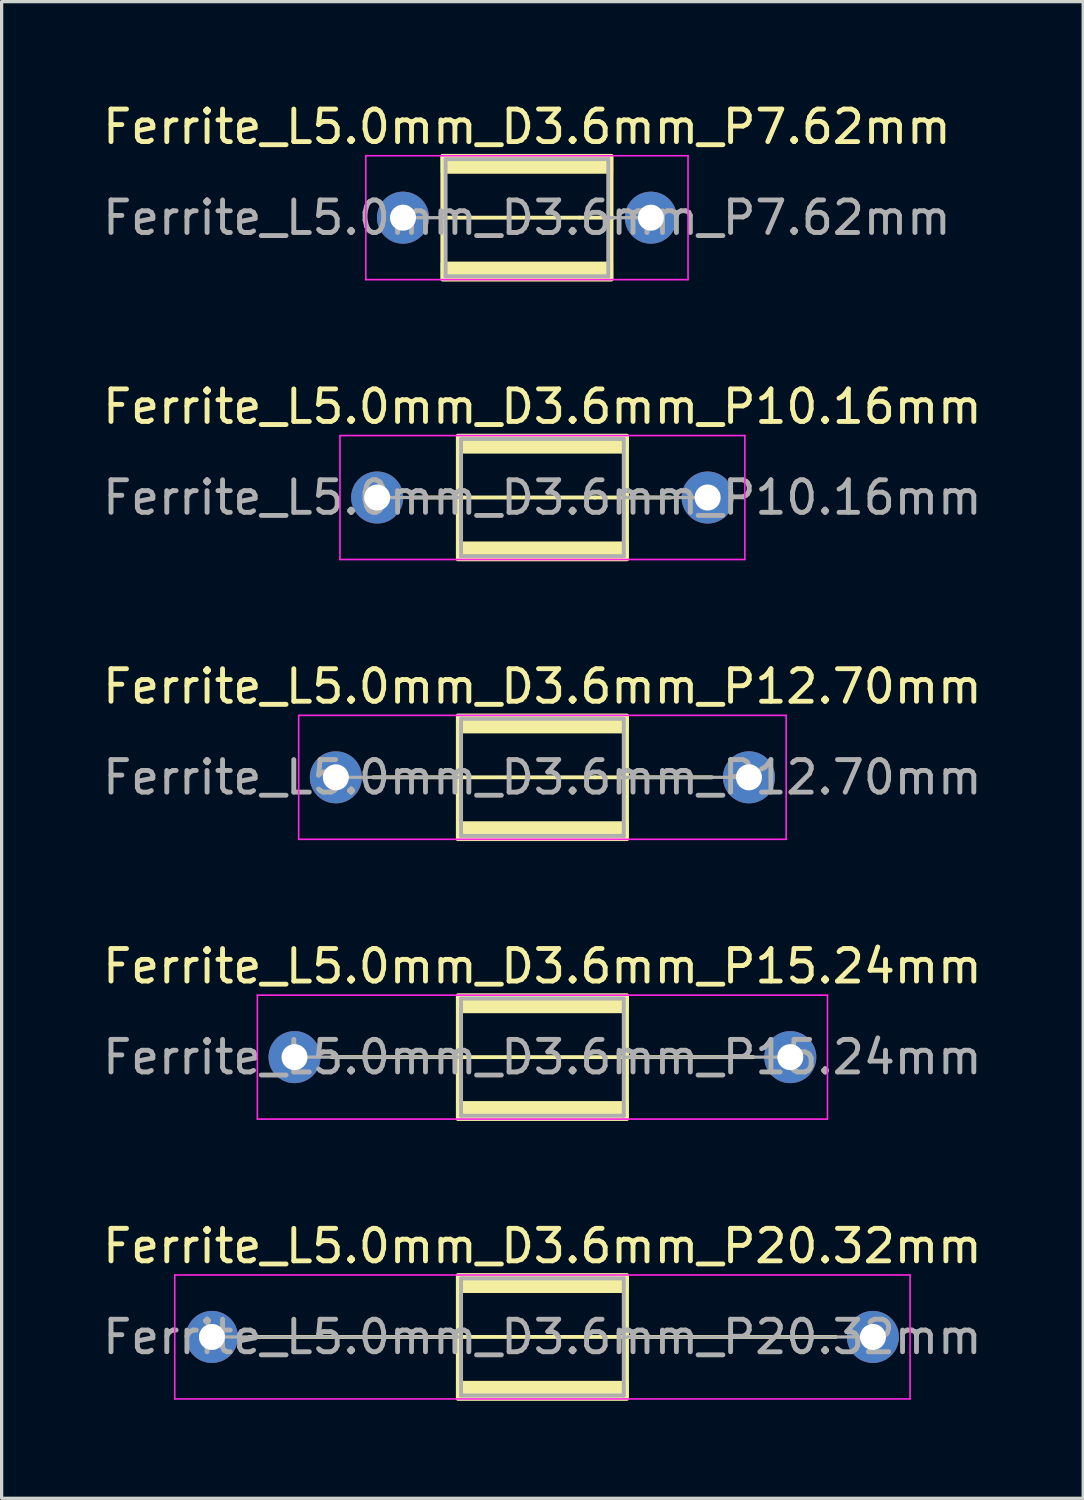
<source format=kicad_pcb>
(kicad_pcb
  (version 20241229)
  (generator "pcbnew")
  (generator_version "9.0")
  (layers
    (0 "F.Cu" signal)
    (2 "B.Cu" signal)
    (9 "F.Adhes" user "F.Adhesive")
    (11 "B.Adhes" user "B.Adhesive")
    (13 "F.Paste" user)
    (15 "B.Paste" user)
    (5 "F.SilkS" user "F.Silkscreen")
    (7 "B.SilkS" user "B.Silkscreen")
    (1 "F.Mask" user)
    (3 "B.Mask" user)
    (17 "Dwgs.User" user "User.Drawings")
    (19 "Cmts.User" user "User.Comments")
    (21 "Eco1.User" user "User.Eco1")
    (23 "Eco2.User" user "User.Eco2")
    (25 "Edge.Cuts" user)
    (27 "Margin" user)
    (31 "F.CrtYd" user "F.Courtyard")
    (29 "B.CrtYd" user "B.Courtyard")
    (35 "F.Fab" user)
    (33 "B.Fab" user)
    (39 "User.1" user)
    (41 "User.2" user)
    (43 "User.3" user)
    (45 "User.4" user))
  (footprint "Ferrite_L5.0mm_D3.6mm_P12.70mm"
    (layer "F.Cu")
    (at 7.275 20.847)
    (property "Reference" "Ferrite_L5.0mm_D3.6mm_P12.70mm" (at 6.35 -2.794 0) (layer "F.SilkS") (effects (font (size 1 1) (thickness 0.15))))
    (fp_line (start 7.964 0.000002) (end 1.143 0) (stroke (width 0.12) (type solid)) (layer "F.SilkS"))
    (fp_line (start 7.964 0.000002) (end 11.557 0) (stroke (width 0.12) (type solid)) (layer "F.SilkS"))
    (fp_rect (start 3.75 -1.9) (end 8.95 1.9) (stroke (width 0.12) (type solid)) (fill no) (layer "F.SilkS"))
    (fp_poly (pts (xy 8.95 -1.4) (xy 3.75 -1.4) (xy 3.75 -1.9) (xy 8.95 -1.9)) (stroke (width 0.1) (type solid)) (fill yes) (layer "F.SilkS"))
    (fp_poly (pts (xy 8.95 1.9) (xy 3.75 1.9) (xy 3.75 1.4) (xy 8.95 1.4)) (stroke (width 0.1) (type solid)) (fill yes) (layer "F.SilkS"))
    (fp_line (start -1.143 -1.905) (end 13.843 -1.905) (stroke (width 0.05) (type solid)) (layer "F.CrtYd"))
    (fp_line (start -1.143 1.905) (end -1.143 -1.905) (stroke (width 0.05) (type solid)) (layer "F.CrtYd"))
    (fp_line (start 13.843 -1.905) (end 13.843 1.905) (stroke (width 0.05) (type solid)) (layer "F.CrtYd"))
    (fp_line (start 13.843 1.905) (end -1.143 1.905) (stroke (width 0.05) (type solid)) (layer "F.CrtYd"))
    (fp_line (start 0 0) (end 3.85 0) (stroke (width 0.1) (type solid)) (layer "F.Fab"))
    (fp_line (start 3.85 -1.8) (end 8.85 -1.8) (stroke (width 0.12) (type solid)) (layer "F.Fab"))
    (fp_line (start 3.85 0) (end 3.85 -1.8) (stroke (width 0.12) (type solid)) (layer "F.Fab"))
    (fp_line (start 3.85 1.8) (end 3.85 0) (stroke (width 0.12) (type solid)) (layer "F.Fab"))
    (fp_line (start 8.85 -1.8) (end 8.85 1.8) (stroke (width 0.12) (type solid)) (layer "F.Fab"))
    (fp_line (start 8.85 1.8) (end 3.85 1.8) (stroke (width 0.12) (type solid)) (layer "F.Fab"))
    (fp_line (start 12.7 0) (end 8.85 0) (stroke (width 0.1) (type solid)) (layer "F.Fab"))
    (fp_text user "${REFERENCE}" (at 6.35 0 0) (layer "F.Fab") (effects (font (size 1 1) (thickness 0.15))))
    (pad "1" thru_hole circle (at 0 0) (size 1.6 1.6) (drill 0.8) (layers "*.Cu" "*.Mask"))
    (pad "2" thru_hole circle (at 12.7 0) (size 1.6 1.6) (drill 0.8) (layers "*.Cu" "*.Mask")))
  (footprint "Ferrite_L5.0mm_D3.6mm_P10.16mm"
    (layer "F.Cu")
    (at 8.545 12.245)
    (property "Reference" "Ferrite_L5.0mm_D3.6mm_P10.16mm" (at 5.08 -2.794 0) (layer "F.SilkS") (effects (font (size 1 1) (thickness 0.15))))
    (fp_line (start 6.694 0.000002) (end 1.143 0) (stroke (width 0.12) (type solid)) (layer "F.SilkS"))
    (fp_line (start 6.694 0.000002) (end 9.017 0) (stroke (width 0.12) (type solid)) (layer "F.SilkS"))
    (fp_rect (start 2.48 -1.9) (end 7.68 1.9) (stroke (width 0.12) (type solid)) (fill no) (layer "F.SilkS"))
    (fp_poly (pts (xy 7.68 -1.4) (xy 2.48 -1.4) (xy 2.48 -1.9) (xy 7.68 -1.9)) (stroke (width 0.1) (type solid)) (fill yes) (layer "F.SilkS"))
    (fp_poly (pts (xy 7.68 1.9) (xy 2.48 1.9) (xy 2.48 1.4) (xy 7.68 1.4)) (stroke (width 0.1) (type solid)) (fill yes) (layer "F.SilkS"))
    (fp_line (start -1.143 -1.905) (end 11.303 -1.905) (stroke (width 0.05) (type solid)) (layer "F.CrtYd"))
    (fp_line (start -1.143 1.905) (end -1.143 -1.905) (stroke (width 0.05) (type solid)) (layer "F.CrtYd"))
    (fp_line (start 11.303 -1.905) (end 11.303 1.905) (stroke (width 0.05) (type solid)) (layer "F.CrtYd"))
    (fp_line (start 11.303 1.905) (end -1.143 1.905) (stroke (width 0.05) (type solid)) (layer "F.CrtYd"))
    (fp_line (start 0 0) (end 2.58 0) (stroke (width 0.1) (type solid)) (layer "F.Fab"))
    (fp_line (start 2.58 -1.8) (end 7.58 -1.8) (stroke (width 0.12) (type solid)) (layer "F.Fab"))
    (fp_line (start 2.58 0) (end 2.58 -1.8) (stroke (width 0.12) (type solid)) (layer "F.Fab"))
    (fp_line (start 2.58 1.8) (end 2.58 0) (stroke (width 0.12) (type solid)) (layer "F.Fab"))
    (fp_line (start 7.58 -1.8) (end 7.58 1.8) (stroke (width 0.12) (type solid)) (layer "F.Fab"))
    (fp_line (start 7.58 1.8) (end 2.58 1.8) (stroke (width 0.12) (type solid)) (layer "F.Fab"))
    (fp_line (start 10.16 0) (end 7.58 0) (stroke (width 0.1) (type solid)) (layer "F.Fab"))
    (fp_text user "${REFERENCE}" (at 5.08 0 0) (layer "F.Fab") (effects (font (size 1 1) (thickness 0.15))))
    (pad "1" thru_hole circle (at 0 0) (size 1.6 1.6) (drill 0.8) (layers "*.Cu" "*.Mask"))
    (pad "2" thru_hole circle (at 10.16 0) (size 1.6 1.6) (drill 0.8) (layers "*.Cu" "*.Mask")))
  (footprint "Ferrite_L5.0mm_D3.6mm_P20.32mm"
    (layer "F.Cu")
    (at 3.465 38.051)
    (property "Reference" "Ferrite_L5.0mm_D3.6mm_P20.32mm" (at 10.16 -2.794 0) (layer "F.SilkS") (effects (font (size 1 1) (thickness 0.15))))
    (fp_line (start 13.044 0.000002) (end 1.143 0) (stroke (width 0.12) (type solid)) (layer "F.SilkS"))
    (fp_line (start 13.044 0.000002) (end 19.177 0) (stroke (width 0.12) (type solid)) (layer "F.SilkS"))
    (fp_rect (start 7.56 -1.9) (end 12.76 1.9) (stroke (width 0.12) (type solid)) (fill no) (layer "F.SilkS"))
    (fp_poly (pts (xy 12.76 -1.4) (xy 7.56 -1.4) (xy 7.56 -1.9) (xy 12.76 -1.9)) (stroke (width 0.1) (type solid)) (fill yes) (layer "F.SilkS"))
    (fp_poly (pts (xy 12.76 1.9) (xy 7.56 1.9) (xy 7.56 1.4) (xy 12.76 1.4)) (stroke (width 0.1) (type solid)) (fill yes) (layer "F.SilkS"))
    (fp_line (start -1.143 -1.905) (end 21.463 -1.905) (stroke (width 0.05) (type solid)) (layer "F.CrtYd"))
    (fp_line (start -1.143 1.905) (end -1.143 -1.905) (stroke (width 0.05) (type solid)) (layer "F.CrtYd"))
    (fp_line (start 21.463 -1.905) (end 21.463 1.905) (stroke (width 0.05) (type solid)) (layer "F.CrtYd"))
    (fp_line (start 21.463 1.905) (end -1.143 1.905) (stroke (width 0.05) (type solid)) (layer "F.CrtYd"))
    (fp_line (start 0 0) (end 7.66 0) (stroke (width 0.1) (type solid)) (layer "F.Fab"))
    (fp_line (start 7.66 -1.8) (end 12.66 -1.8) (stroke (width 0.12) (type solid)) (layer "F.Fab"))
    (fp_line (start 7.66 0) (end 7.66 -1.8) (stroke (width 0.12) (type solid)) (layer "F.Fab"))
    (fp_line (start 7.66 1.8) (end 7.66 0) (stroke (width 0.12) (type solid)) (layer "F.Fab"))
    (fp_line (start 12.66 -1.8) (end 12.66 1.8) (stroke (width 0.12) (type solid)) (layer "F.Fab"))
    (fp_line (start 12.66 1.8) (end 7.66 1.8) (stroke (width 0.12) (type solid)) (layer "F.Fab"))
    (fp_line (start 20.32 0) (end 12.66 0) (stroke (width 0.1) (type solid)) (layer "F.Fab"))
    (fp_text user "${REFERENCE}" (at 10.16 0 0) (layer "F.Fab") (effects (font (size 1 1) (thickness 0.15))))
    (pad "1" thru_hole circle (at 0 0) (size 1.6 1.6) (drill 0.8) (layers "*.Cu" "*.Mask"))
    (pad "2" thru_hole circle (at 20.32 0) (size 1.6 1.6) (drill 0.8) (layers "*.Cu" "*.Mask")))
  (footprint "Ferrite_L5.0mm_D3.6mm_P7.62mm"
    (layer "F.Cu")
    (at 9.339 3.642)
    (property "Reference" "Ferrite_L5.0mm_D3.6mm_P7.62mm" (at 3.81 -2.794 0) (layer "F.SilkS") (effects (font (size 1 1) (thickness 0.15))))
    (fp_line (start 5.424 0.000002) (end 1.143 0) (stroke (width 0.12) (type solid)) (layer "F.SilkS"))
    (fp_line (start 5.424 0.000002) (end 6.477 0) (stroke (width 0.12) (type solid)) (layer "F.SilkS"))
    (fp_rect (start 1.21 -1.9) (end 6.41 1.9) (stroke (width 0.12) (type solid)) (fill no) (layer "F.SilkS"))
    (fp_poly (pts (xy 1.21 1.4) (xy 6.41 1.4) (xy 6.41 1.9) (xy 1.21 1.9)) (stroke (width 0.1) (type solid)) (fill yes) (layer "F.SilkS"))
    (fp_poly (pts (xy 6.41 -1.4) (xy 1.21 -1.4) (xy 1.21 -1.9) (xy 6.41 -1.9)) (stroke (width 0.1) (type solid)) (fill yes) (layer "F.SilkS"))
    (fp_line (start -1.143 -1.905) (end 8.763 -1.905) (stroke (width 0.05) (type solid)) (layer "F.CrtYd"))
    (fp_line (start -1.143 1.905) (end -1.143 -1.905) (stroke (width 0.05) (type solid)) (layer "F.CrtYd"))
    (fp_line (start 8.763 -1.905) (end 8.763 1.905) (stroke (width 0.05) (type solid)) (layer "F.CrtYd"))
    (fp_line (start 8.763 1.905) (end -1.143 1.905) (stroke (width 0.05) (type solid)) (layer "F.CrtYd"))
    (fp_line (start 0 0) (end 1.31 0) (stroke (width 0.1) (type solid)) (layer "F.Fab"))
    (fp_line (start 1.31 -1.8) (end 6.31 -1.8) (stroke (width 0.12) (type solid)) (layer "F.Fab"))
    (fp_line (start 1.31 1.8) (end 1.31 -1.8) (stroke (width 0.12) (type solid)) (layer "F.Fab"))
    (fp_line (start 6.31 -1.8) (end 6.31 1.8) (stroke (width 0.12) (type solid)) (layer "F.Fab"))
    (fp_line (start 6.31 1.8) (end 1.31 1.8) (stroke (width 0.12) (type solid)) (layer "F.Fab"))
    (fp_line (start 7.62 0) (end 6.31 0) (stroke (width 0.1) (type solid)) (layer "F.Fab"))
    (fp_text user "${REFERENCE}" (at 3.81 0 0) (layer "F.Fab") (effects (font (size 1 1) (thickness 0.15))))
    (pad "1" thru_hole circle (at 0 0) (size 1.6 1.6) (drill 0.8) (layers "*.Cu" "*.Mask"))
    (pad "2" thru_hole circle (at 7.62 0) (size 1.6 1.6) (drill 0.8) (layers "*.Cu" "*.Mask")))
  (footprint "Ferrite_L5.0mm_D3.6mm_P15.24mm"
    (layer "F.Cu")
    (at 6.005 29.449)
    (property "Reference" "Ferrite_L5.0mm_D3.6mm_P15.24mm" (at 7.62 -2.794 0) (layer "F.SilkS") (effects (font (size 1 1) (thickness 0.15))))
    (fp_line (start 10.504 0.000002) (end 1.143 0) (stroke (width 0.12) (type solid)) (layer "F.SilkS"))
    (fp_line (start 10.504 0.000002) (end 14.097 0) (stroke (width 0.12) (type solid)) (layer "F.SilkS"))
    (fp_rect (start 5.02 -1.9) (end 10.22 1.9) (stroke (width 0.12) (type solid)) (fill no) (layer "F.SilkS"))
    (fp_poly (pts (xy 10.22 -1.4) (xy 5.02 -1.4) (xy 5.02 -1.9) (xy 10.22 -1.9)) (stroke (width 0.1) (type solid)) (fill yes) (layer "F.SilkS"))
    (fp_poly (pts (xy 10.22 1.9) (xy 5.02 1.9) (xy 5.02 1.4) (xy 10.22 1.4)) (stroke (width 0.1) (type solid)) (fill yes) (layer "F.SilkS"))
    (fp_line (start -1.143 -1.905) (end 16.383 -1.905) (stroke (width 0.05) (type solid)) (layer "F.CrtYd"))
    (fp_line (start -1.143 1.905) (end -1.143 -1.905) (stroke (width 0.05) (type solid)) (layer "F.CrtYd"))
    (fp_line (start 16.383 -1.905) (end 16.383 1.905) (stroke (width 0.05) (type solid)) (layer "F.CrtYd"))
    (fp_line (start 16.383 1.905) (end -1.143 1.905) (stroke (width 0.05) (type solid)) (layer "F.CrtYd"))
    (fp_line (start 5.12 -1.8) (end 10.12 -1.8) (stroke (width 0.12) (type solid)) (layer "F.Fab"))
    (fp_line (start 5.12 0) (end 0 0) (stroke (width 0.1) (type solid)) (layer "F.Fab"))
    (fp_line (start 5.12 0) (end 5.12 -1.8) (stroke (width 0.12) (type solid)) (layer "F.Fab"))
    (fp_line (start 5.12 1.8) (end 5.12 0) (stroke (width 0.12) (type solid)) (layer "F.Fab"))
    (fp_line (start 10.12 -1.8) (end 10.12 1.8) (stroke (width 0.12) (type solid)) (layer "F.Fab"))
    (fp_line (start 10.12 1.8) (end 5.12 1.8) (stroke (width 0.12) (type solid)) (layer "F.Fab"))
    (fp_line (start 15.24 0) (end 10.12 0) (stroke (width 0.1) (type solid)) (layer "F.Fab"))
    (fp_text user "${REFERENCE}" (at 7.62 0 0) (layer "F.Fab") (effects (font (size 1 1) (thickness 0.15))))
    (pad "1" thru_hole circle (at 0 0) (size 1.6 1.6) (drill 0.8) (layers "*.Cu" "*.Mask"))
    (pad "2" thru_hole circle (at 15.24 0) (size 1.6 1.6) (drill 0.8) (layers "*.Cu" "*.Mask")))
  (gr_rect
    (start -3 -3)
    (end 30.25 43.011)
    (stroke (width 0.1) (type default))
    (fill no)
    (layer "Edge.Cuts")))
</source>
